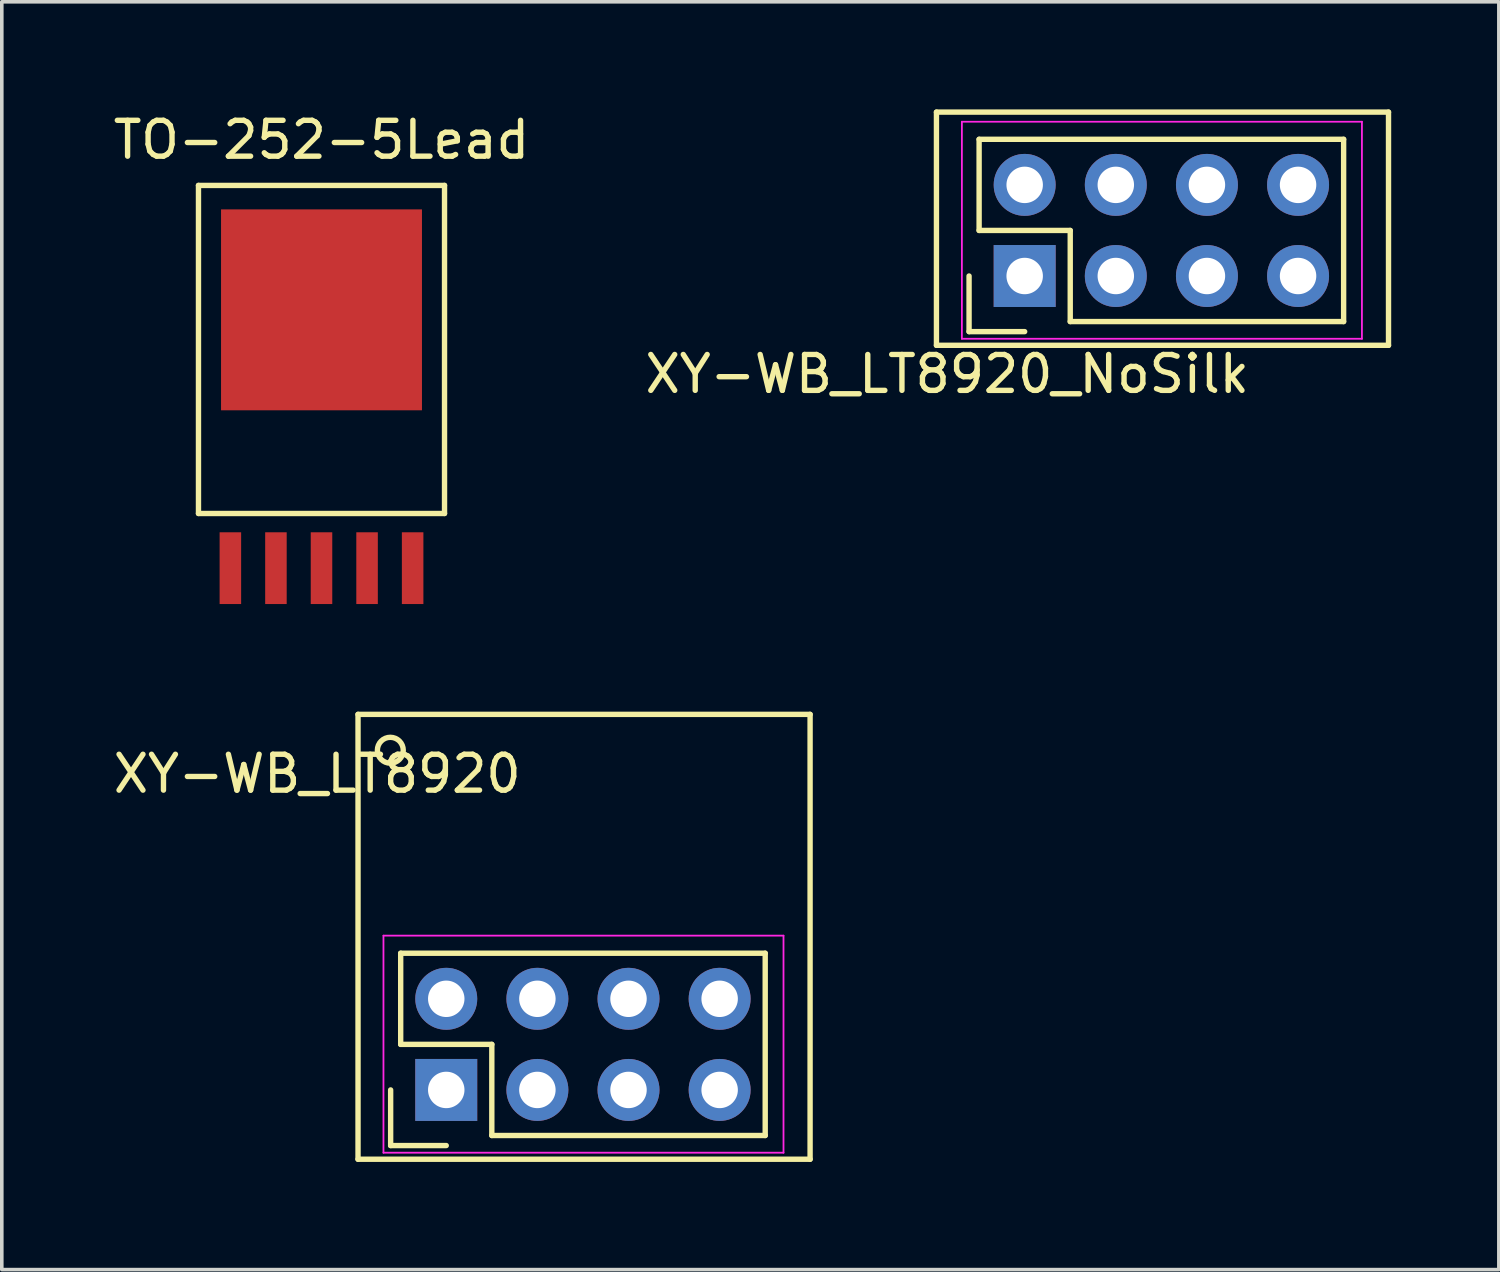
<source format=kicad_pcb>
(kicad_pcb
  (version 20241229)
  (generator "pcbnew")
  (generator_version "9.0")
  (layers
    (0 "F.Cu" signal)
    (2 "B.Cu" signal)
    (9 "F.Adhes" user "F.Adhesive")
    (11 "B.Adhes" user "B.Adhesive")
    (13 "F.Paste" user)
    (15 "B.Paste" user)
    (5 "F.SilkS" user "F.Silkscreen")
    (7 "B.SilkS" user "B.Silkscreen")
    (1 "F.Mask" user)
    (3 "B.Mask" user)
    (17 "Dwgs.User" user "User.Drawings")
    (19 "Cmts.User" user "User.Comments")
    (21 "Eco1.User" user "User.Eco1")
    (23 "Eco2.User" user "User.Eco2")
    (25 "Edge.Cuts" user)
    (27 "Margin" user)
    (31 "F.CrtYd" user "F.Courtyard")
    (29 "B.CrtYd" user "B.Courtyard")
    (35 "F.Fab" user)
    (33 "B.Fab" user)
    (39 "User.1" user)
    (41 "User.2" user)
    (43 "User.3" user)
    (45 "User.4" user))
  (footprint "XY-WB_LT8920_NoSilk"
    (layer "F.Cu")
    (at 29.351 4.575)
    (property "Reference" "XY-WB_LT8920_NoSilk" (at -6 2.8 0) (layer "F.SilkS") (effects (font (size 1 1) (thickness 0.15))))
    (attr through_hole)
    (fp_line (start -6.3 -4.5) (end 6.3 -4.5) (stroke (width 0.15) (type solid)) (layer "F.SilkS"))
    (fp_line (start -6.3 2) (end -6.3 -4.5) (stroke (width 0.15) (type solid)) (layer "F.SilkS"))
    (fp_line (start -5.391 0.068) (end -5.391 1.618) (stroke (width 0.15) (type solid)) (layer "F.SilkS"))
    (fp_line (start -5.391 1.618) (end -3.841 1.618) (stroke (width 0.15) (type solid)) (layer "F.SilkS"))
    (fp_line (start -5.111 -3.742) (end -5.111 -1.202) (stroke (width 0.15) (type solid)) (layer "F.SilkS"))
    (fp_line (start -5.111 -1.202) (end -2.571 -1.202) (stroke (width 0.15) (type solid)) (layer "F.SilkS"))
    (fp_line (start -2.571 -1.202) (end -2.571 1.338) (stroke (width 0.15) (type solid)) (layer "F.SilkS"))
    (fp_line (start -2.571 1.338) (end 5.049 1.338) (stroke (width 0.15) (type solid)) (layer "F.SilkS"))
    (fp_line (start 5.049 -3.742) (end -5.111 -3.742) (stroke (width 0.15) (type solid)) (layer "F.SilkS"))
    (fp_line (start 5.049 1.338) (end 5.049 -3.742) (stroke (width 0.15) (type solid)) (layer "F.SilkS"))
    (fp_line (start 6.3 2) (end -6.3 2) (stroke (width 0.15) (type solid)) (layer "F.SilkS"))
    (fp_line (start 6.3 2) (end 6.3 -4.5) (stroke (width 0.15) (type solid)) (layer "F.SilkS"))
    (fp_line (start -5.591 -4.232) (end 5.559 -4.232) (stroke (width 0.05) (type solid)) (layer "F.CrtYd"))
    (fp_line (start -5.591 1.818) (end -5.591 -4.232) (stroke (width 0.05) (type solid)) (layer "F.CrtYd"))
    (fp_line (start -5.591 1.818) (end 5.559 1.818) (stroke (width 0.05) (type solid)) (layer "F.CrtYd"))
    (fp_line (start 5.559 1.818) (end 5.559 -4.232) (stroke (width 0.05) (type solid)) (layer "F.CrtYd"))
    (pad "1" thru_hole rect (at -3.841 0.068 90) (size 1.727 1.727) (drill 1.016) (layers "*.Cu" "*.Mask"))
    (pad "2" thru_hole oval (at -1.301 0.068 90) (size 1.727 1.727) (drill 1.016) (layers "*.Cu" "*.Mask"))
    (pad "3" thru_hole oval (at 1.239 0.068 90) (size 1.727 1.727) (drill 1.016) (layers "*.Cu" "*.Mask"))
    (pad "4" thru_hole oval (at 3.779 0.068 90) (size 1.727 1.727) (drill 1.016) (layers "*.Cu" "*.Mask"))
    (pad "5" thru_hole oval (at 3.779 -2.472 90) (size 1.727 1.727) (drill 1.016) (layers "*.Cu" "*.Mask"))
    (pad "6" thru_hole oval (at 1.239 -2.472 90) (size 1.727 1.727) (drill 1.016) (layers "*.Cu" "*.Mask"))
    (pad "7" thru_hole oval (at -1.301 -2.472 90) (size 1.727 1.727) (drill 1.016) (layers "*.Cu" "*.Mask"))
    (pad "8" thru_hole oval (at -3.841 -2.472 90) (size 1.727 1.727) (drill 1.016) (layers "*.Cu" "*.Mask")))
  (footprint "XY-WB_LT8920"
    (layer "F.Cu")
    (at 13.229 27.261)
    (property "Reference" "XY-WB_LT8920" (at -7.437 -8.743 0) (layer "F.SilkS") (effects (font (size 1 1) (thickness 0.15))))
    (attr through_hole)
    (fp_line (start -6.3 -10.4) (end 6.3 -10.4) (stroke (width 0.15) (type solid)) (layer "F.SilkS"))
    (fp_line (start -6.3 2) (end -6.3 -10.4) (stroke (width 0.15) (type solid)) (layer "F.SilkS"))
    (fp_line (start -5.391 0.068) (end -5.391 1.618) (stroke (width 0.15) (type solid)) (layer "F.SilkS"))
    (fp_line (start -5.391 1.618) (end -3.841 1.618) (stroke (width 0.15) (type solid)) (layer "F.SilkS"))
    (fp_line (start -5.111 -3.742) (end -5.111 -1.202) (stroke (width 0.15) (type solid)) (layer "F.SilkS"))
    (fp_line (start -5.111 -1.202) (end -2.571 -1.202) (stroke (width 0.15) (type solid)) (layer "F.SilkS"))
    (fp_line (start -2.571 -1.202) (end -2.571 1.338) (stroke (width 0.15) (type solid)) (layer "F.SilkS"))
    (fp_line (start -2.571 1.338) (end 5.049 1.338) (stroke (width 0.15) (type solid)) (layer "F.SilkS"))
    (fp_line (start 5.049 -3.742) (end -5.111 -3.742) (stroke (width 0.15) (type solid)) (layer "F.SilkS"))
    (fp_line (start 5.049 1.338) (end 5.049 -3.742) (stroke (width 0.15) (type solid)) (layer "F.SilkS"))
    (fp_line (start 6.3 2) (end -6.3 2) (stroke (width 0.15) (type solid)) (layer "F.SilkS"))
    (fp_line (start 6.3 2) (end 6.3 -10.4) (stroke (width 0.15) (type solid)) (layer "F.SilkS"))
    (fp_circle (center -5.4 -9.4) (end -5.1 -9.2) (stroke (width 0.15) (type solid)) (fill no) (layer "F.SilkS"))
    (fp_line (start -5.591 -4.232) (end 5.559 -4.232) (stroke (width 0.05) (type solid)) (layer "F.CrtYd"))
    (fp_line (start -5.591 1.818) (end -5.591 -4.232) (stroke (width 0.05) (type solid)) (layer "F.CrtYd"))
    (fp_line (start -5.591 1.818) (end 5.559 1.818) (stroke (width 0.05) (type solid)) (layer "F.CrtYd"))
    (fp_line (start 5.559 1.818) (end 5.559 -4.232) (stroke (width 0.05) (type solid)) (layer "F.CrtYd"))
    (pad "1" thru_hole rect (at -3.841 0.068 90) (size 1.727 1.727) (drill 1.016) (layers "*.Cu" "*.Mask"))
    (pad "2" thru_hole oval (at -1.301 0.068 90) (size 1.727 1.727) (drill 1.016) (layers "*.Cu" "*.Mask"))
    (pad "3" thru_hole oval (at 1.239 0.068 90) (size 1.727 1.727) (drill 1.016) (layers "*.Cu" "*.Mask"))
    (pad "4" thru_hole oval (at 3.779 0.068 90) (size 1.727 1.727) (drill 1.016) (layers "*.Cu" "*.Mask"))
    (pad "5" thru_hole oval (at 3.779 -2.472 90) (size 1.727 1.727) (drill 1.016) (layers "*.Cu" "*.Mask"))
    (pad "6" thru_hole oval (at 1.239 -2.472 90) (size 1.727 1.727) (drill 1.016) (layers "*.Cu" "*.Mask"))
    (pad "7" thru_hole oval (at -1.301 -2.472 90) (size 1.727 1.727) (drill 1.016) (layers "*.Cu" "*.Mask"))
    (pad "8" thru_hole oval (at -3.841 -2.472 90) (size 1.727 1.727) (drill 1.016) (layers "*.Cu" "*.Mask")))
  (footprint "TO-252-5Lead"
    (layer "F.Cu")
    (at 5.911 12.786)
    (property "Reference" "TO-252-5Lead" (at 0 -11.938 0) (layer "F.SilkS") (effects (font (size 1 1) (thickness 0.15))))
    (attr smd)
    (fp_line (start -3.429 -10.668) (end 3.429 -10.668) (stroke (width 0.15) (type solid)) (layer "F.SilkS"))
    (fp_line (start -3.429 -1.524) (end -3.429 -10.668) (stroke (width 0.15) (type solid)) (layer "F.SilkS"))
    (fp_line (start 3.429 -10.668) (end 3.429 -1.524) (stroke (width 0.15) (type solid)) (layer "F.SilkS"))
    (fp_line (start 3.429 -1.524) (end -3.429 -1.524) (stroke (width 0.15) (type solid)) (layer "F.SilkS"))
    (pad "1" smd rect (at -2.54 0) (size 0.6 2) (layers "F.Cu" "F.Mask" "F.Paste"))
    (pad "2" smd rect (at -1.27 0) (size 0.6 2) (layers "F.Cu" "F.Mask" "F.Paste"))
    (pad "3" smd rect (at 0 -7.2) (size 5.6 5.6) (layers "F.Cu" "F.Mask" "F.Paste"))
    (pad "3" smd rect (at 0 0) (size 0.6 2) (layers "F.Cu" "F.Mask" "F.Paste"))
    (pad "4" smd rect (at 1.27 0) (size 0.6 2) (layers "F.Cu" "F.Mask" "F.Paste"))
    (pad "5" smd rect (at 2.54 0) (size 0.6 2) (layers "F.Cu" "F.Mask" "F.Paste")))
  (gr_rect
    (start -3 -3)
    (end 38.726 32.336)
    (stroke (width 0.1) (type default))
    (fill no)
    (layer "Edge.Cuts")))
</source>
